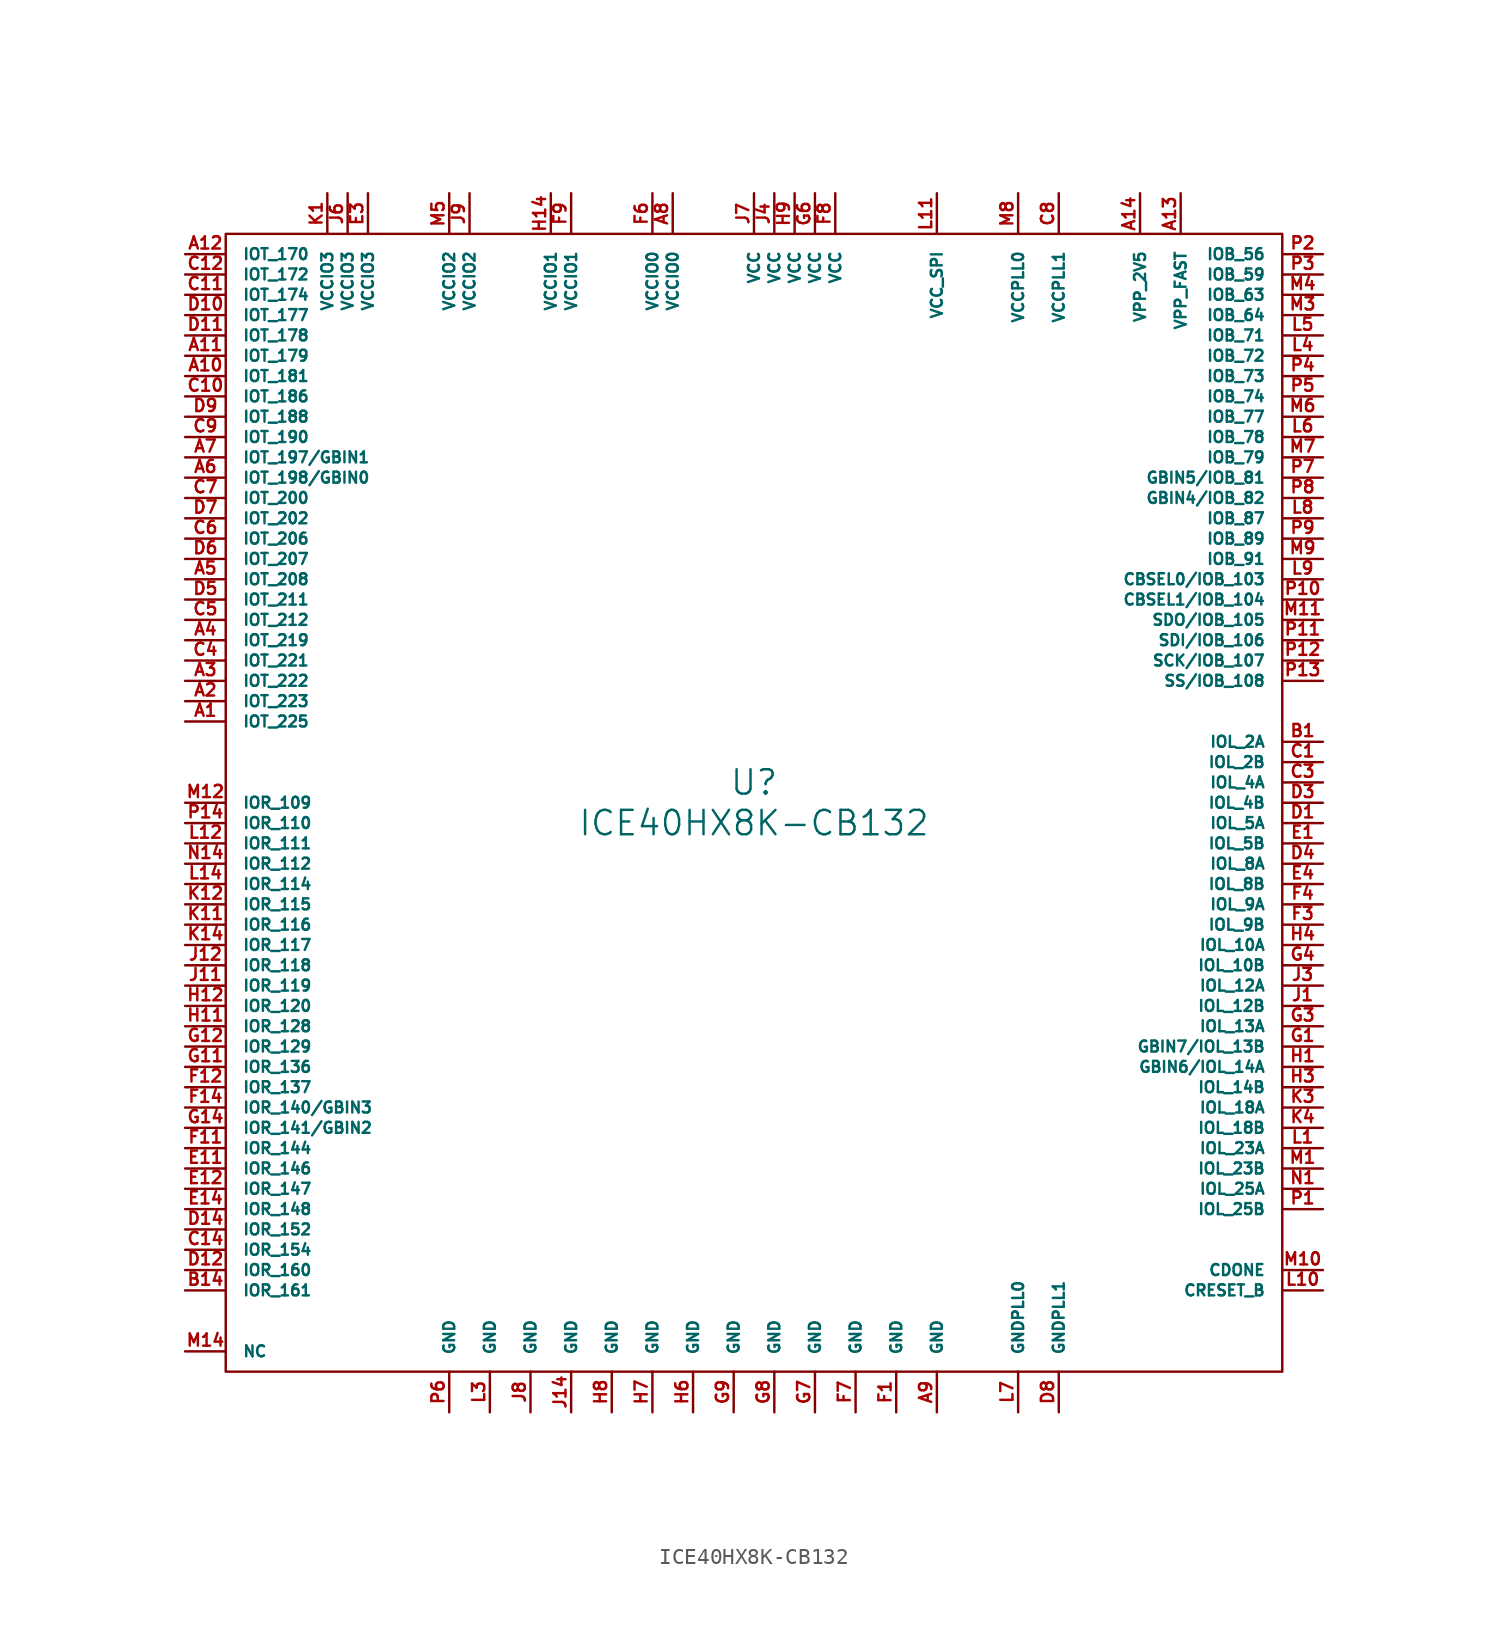
<source format=kicad_sym>
(kicad_symbol_lib
  (version 20220914)
  (generator kicad_symbol_editor)
  (symbol "ICE40HX8K-CB132"
    (pin_names
      (offset 1.016))
    (property "Reference" "U"
      (at 0 1.27 0)
      (effects (font (size 1.524 1.524))))
    (property "Value" "ICE40HX8K-CB132"
      (at 0 -1.27 0)
      (effects (font (size 1.524 1.524))))
    (property "Footprint" ""
      (at 0 3.81 0)
      (effects (font (size 1.524 1.524))))
    (property "Datasheet" ""
      (at 0 0 0)
      (effects (font (size 1.524 1.524))))
    (symbol "ICE40HX8K-CB132_0_1"
      (rectangle (start 33.02 35.56) (end -33.02 -35.56) (stroke (width 0) (type solid)) (fill (type none))))
    (symbol "ICE40HX8K-CB132_1_1"
      (pin passive line (at -35.56 5.08 0) (length 2.54) (name "IOT_225" (effects (font (size 0.686 0.686)))) (number "A1" (effects (font (size 0.762 0.762)))))
      (pin passive line (at -35.56 26.67 0) (length 2.54) (name "IOT_181" (effects (font (size 0.686 0.686)))) (number "A10" (effects (font (size 0.762 0.762)))))
      (pin passive line (at -35.56 27.94 0) (length 2.54) (name "IOT_179" (effects (font (size 0.686 0.686)))) (number "A11" (effects (font (size 0.762 0.762)))))
      (pin passive line (at -35.56 34.29 0) (length 2.54) (name "IOT_170" (effects (font (size 0.686 0.686)))) (number "A12" (effects (font (size 0.762 0.762)))))
      (pin passive line (at 26.67 38.1 270) (length 2.54) (name "VPP_FAST" (effects (font (size 0.686 0.686)))) (number "A13" (effects (font (size 0.762 0.762)))))
      (pin passive line (at 24.13 38.1 270) (length 2.54) (name "VPP_2V5" (effects (font (size 0.686 0.686)))) (number "A14" (effects (font (size 0.762 0.762)))))
      (pin passive line (at -35.56 6.35 0) (length 2.54) (name "IOT_223" (effects (font (size 0.686 0.686)))) (number "A2" (effects (font (size 0.762 0.762)))))
      (pin passive line (at -35.56 7.62 0) (length 2.54) (name "IOT_222" (effects (font (size 0.686 0.686)))) (number "A3" (effects (font (size 0.762 0.762)))))
      (pin passive line (at -35.56 10.16 0) (length 2.54) (name "IOT_219" (effects (font (size 0.686 0.686)))) (number "A4" (effects (font (size 0.762 0.762)))))
      (pin passive line (at -35.56 13.97 0) (length 2.54) (name "IOT_208" (effects (font (size 0.686 0.686)))) (number "A5" (effects (font (size 0.762 0.762)))))
      (pin passive line (at -35.56 20.32 0) (length 2.54) (name "IOT_198/GBIN0" (effects (font (size 0.686 0.686)))) (number "A6" (effects (font (size 0.762 0.762)))))
      (pin passive line (at -35.56 21.59 0) (length 2.54) (name "IOT_197/GBIN1" (effects (font (size 0.686 0.686)))) (number "A7" (effects (font (size 0.762 0.762)))))
      (pin passive line (at -5.08 38.1 270) (length 2.54) (name "VCCIO0" (effects (font (size 0.686 0.686)))) (number "A8" (effects (font (size 0.762 0.762)))))
      (pin passive line (at 11.43 -38.1 90) (length 2.54) (name "GND" (effects (font (size 0.686 0.686)))) (number "A9" (effects (font (size 0.762 0.762)))))
      (pin passive line (at 35.56 3.81 180) (length 2.54) (name "IOL_2A" (effects (font (size 0.686 0.686)))) (number "B1" (effects (font (size 0.762 0.762)))))
      (pin passive line (at -35.56 -30.48 0) (length 2.54) (name "IOR_161" (effects (font (size 0.686 0.686)))) (number "B14" (effects (font (size 0.762 0.762)))))
      (pin passive line (at 35.56 2.54 180) (length 2.54) (name "IOL_2B" (effects (font (size 0.686 0.686)))) (number "C1" (effects (font (size 0.762 0.762)))))
      (pin passive line (at -35.56 25.4 0) (length 2.54) (name "IOT_186" (effects (font (size 0.686 0.686)))) (number "C10" (effects (font (size 0.762 0.762)))))
      (pin passive line (at -35.56 31.75 0) (length 2.54) (name "IOT_174" (effects (font (size 0.686 0.686)))) (number "C11" (effects (font (size 0.762 0.762)))))
      (pin passive line (at -35.56 33.02 0) (length 2.54) (name "IOT_172" (effects (font (size 0.686 0.686)))) (number "C12" (effects (font (size 0.762 0.762)))))
      (pin passive line (at -35.56 -27.94 0) (length 2.54) (name "IOR_154" (effects (font (size 0.686 0.686)))) (number "C14" (effects (font (size 0.762 0.762)))))
      (pin passive line (at 35.56 1.27 180) (length 2.54) (name "IOL_4A" (effects (font (size 0.686 0.686)))) (number "C3" (effects (font (size 0.762 0.762)))))
      (pin passive line (at -35.56 8.89 0) (length 2.54) (name "IOT_221" (effects (font (size 0.686 0.686)))) (number "C4" (effects (font (size 0.762 0.762)))))
      (pin passive line (at -35.56 11.43 0) (length 2.54) (name "IOT_212" (effects (font (size 0.686 0.686)))) (number "C5" (effects (font (size 0.762 0.762)))))
      (pin passive line (at -35.56 16.51 0) (length 2.54) (name "IOT_206" (effects (font (size 0.686 0.686)))) (number "C6" (effects (font (size 0.762 0.762)))))
      (pin passive line (at -35.56 19.05 0) (length 2.54) (name "IOT_200" (effects (font (size 0.686 0.686)))) (number "C7" (effects (font (size 0.762 0.762)))))
      (pin passive line (at 19.05 38.1 270) (length 2.54) (name "VCCPLL1" (effects (font (size 0.686 0.686)))) (number "C8" (effects (font (size 0.762 0.762)))))
      (pin passive line (at -35.56 22.86 0) (length 2.54) (name "IOT_190" (effects (font (size 0.686 0.686)))) (number "C9" (effects (font (size 0.762 0.762)))))
      (pin passive line (at 35.56 -1.27 180) (length 2.54) (name "IOL_5A" (effects (font (size 0.686 0.686)))) (number "D1" (effects (font (size 0.762 0.762)))))
      (pin passive line (at -35.56 30.48 0) (length 2.54) (name "IOT_177" (effects (font (size 0.686 0.686)))) (number "D10" (effects (font (size 0.762 0.762)))))
      (pin passive line (at -35.56 29.21 0) (length 2.54) (name "IOT_178" (effects (font (size 0.686 0.686)))) (number "D11" (effects (font (size 0.762 0.762)))))
      (pin passive line (at -35.56 -29.21 0) (length 2.54) (name "IOR_160" (effects (font (size 0.686 0.686)))) (number "D12" (effects (font (size 0.762 0.762)))))
      (pin passive line (at -35.56 -26.67 0) (length 2.54) (name "IOR_152" (effects (font (size 0.686 0.686)))) (number "D14" (effects (font (size 0.762 0.762)))))
      (pin passive line (at 35.56 0 180) (length 2.54) (name "IOL_4B" (effects (font (size 0.686 0.686)))) (number "D3" (effects (font (size 0.762 0.762)))))
      (pin passive line (at 35.56 -3.81 180) (length 2.54) (name "IOL_8A" (effects (font (size 0.686 0.686)))) (number "D4" (effects (font (size 0.762 0.762)))))
      (pin passive line (at -35.56 12.7 0) (length 2.54) (name "IOT_211" (effects (font (size 0.686 0.686)))) (number "D5" (effects (font (size 0.762 0.762)))))
      (pin passive line (at -35.56 15.24 0) (length 2.54) (name "IOT_207" (effects (font (size 0.686 0.686)))) (number "D6" (effects (font (size 0.762 0.762)))))
      (pin passive line (at -35.56 17.78 0) (length 2.54) (name "IOT_202" (effects (font (size 0.686 0.686)))) (number "D7" (effects (font (size 0.762 0.762)))))
      (pin passive line (at 19.05 -38.1 90) (length 2.54) (name "GNDPLL1" (effects (font (size 0.686 0.686)))) (number "D8" (effects (font (size 0.762 0.762)))))
      (pin passive line (at -35.56 24.13 0) (length 2.54) (name "IOT_188" (effects (font (size 0.686 0.686)))) (number "D9" (effects (font (size 0.762 0.762)))))
      (pin passive line (at 35.56 -2.54 180) (length 2.54) (name "IOL_5B" (effects (font (size 0.686 0.686)))) (number "E1" (effects (font (size 0.762 0.762)))))
      (pin passive line (at -35.56 -22.86 0) (length 2.54) (name "IOR_146" (effects (font (size 0.686 0.686)))) (number "E11" (effects (font (size 0.762 0.762)))))
      (pin passive line (at -35.56 -24.13 0) (length 2.54) (name "IOR_147" (effects (font (size 0.686 0.686)))) (number "E12" (effects (font (size 0.762 0.762)))))
      (pin passive line (at -35.56 -25.4 0) (length 2.54) (name "IOR_148" (effects (font (size 0.686 0.686)))) (number "E14" (effects (font (size 0.762 0.762)))))
      (pin passive line (at -24.13 38.1 270) (length 2.54) (name "VCCIO3" (effects (font (size 0.686 0.686)))) (number "E3" (effects (font (size 0.762 0.762)))))
      (pin passive line (at 35.56 -5.08 180) (length 2.54) (name "IOL_8B" (effects (font (size 0.686 0.686)))) (number "E4" (effects (font (size 0.762 0.762)))))
      (pin passive line (at 8.89 -38.1 90) (length 2.54) (name "GND" (effects (font (size 0.686 0.686)))) (number "F1" (effects (font (size 0.762 0.762)))))
      (pin passive line (at -35.56 -21.59 0) (length 2.54) (name "IOR_144" (effects (font (size 0.686 0.686)))) (number "F11" (effects (font (size 0.762 0.762)))))
      (pin passive line (at -35.56 -17.78 0) (length 2.54) (name "IOR_137" (effects (font (size 0.686 0.686)))) (number "F12" (effects (font (size 0.762 0.762)))))
      (pin passive line (at -35.56 -19.05 0) (length 2.54) (name "IOR_140/GBIN3" (effects (font (size 0.686 0.686)))) (number "F14" (effects (font (size 0.762 0.762)))))
      (pin passive line (at 35.56 -7.62 180) (length 2.54) (name "IOL_9B" (effects (font (size 0.686 0.686)))) (number "F3" (effects (font (size 0.762 0.762)))))
      (pin passive line (at 35.56 -6.35 180) (length 2.54) (name "IOL_9A" (effects (font (size 0.686 0.686)))) (number "F4" (effects (font (size 0.762 0.762)))))
      (pin passive line (at -6.35 38.1 270) (length 2.54) (name "VCCIO0" (effects (font (size 0.686 0.686)))) (number "F6" (effects (font (size 0.762 0.762)))))
      (pin passive line (at 6.35 -38.1 90) (length 2.54) (name "GND" (effects (font (size 0.686 0.686)))) (number "F7" (effects (font (size 0.762 0.762)))))
      (pin passive line (at 5.08 38.1 270) (length 2.54) (name "VCC" (effects (font (size 0.686 0.686)))) (number "F8" (effects (font (size 0.762 0.762)))))
      (pin passive line (at -11.43 38.1 270) (length 2.54) (name "VCCIO1" (effects (font (size 0.686 0.686)))) (number "F9" (effects (font (size 0.762 0.762)))))
      (pin passive line (at 35.56 -15.24 180) (length 2.54) (name "GBIN7/IOL_13B" (effects (font (size 0.686 0.686)))) (number "G1" (effects (font (size 0.762 0.762)))))
      (pin passive line (at -35.56 -16.51 0) (length 2.54) (name "IOR_136" (effects (font (size 0.686 0.686)))) (number "G11" (effects (font (size 0.762 0.762)))))
      (pin passive line (at -35.56 -15.24 0) (length 2.54) (name "IOR_129" (effects (font (size 0.686 0.686)))) (number "G12" (effects (font (size 0.762 0.762)))))
      (pin passive line (at -35.56 -20.32 0) (length 2.54) (name "IOR_141/GBIN2" (effects (font (size 0.686 0.686)))) (number "G14" (effects (font (size 0.762 0.762)))))
      (pin passive line (at 35.56 -13.97 180) (length 2.54) (name "IOL_13A" (effects (font (size 0.686 0.686)))) (number "G3" (effects (font (size 0.762 0.762)))))
      (pin passive line (at 35.56 -10.16 180) (length 2.54) (name "IOL_10B" (effects (font (size 0.686 0.686)))) (number "G4" (effects (font (size 0.762 0.762)))))
      (pin passive line (at 3.81 38.1 270) (length 2.54) (name "VCC" (effects (font (size 0.686 0.686)))) (number "G6" (effects (font (size 0.762 0.762)))))
      (pin passive line (at 3.81 -38.1 90) (length 2.54) (name "GND" (effects (font (size 0.686 0.686)))) (number "G7" (effects (font (size 0.762 0.762)))))
      (pin passive line (at 1.27 -38.1 90) (length 2.54) (name "GND" (effects (font (size 0.686 0.686)))) (number "G8" (effects (font (size 0.762 0.762)))))
      (pin passive line (at -1.27 -38.1 90) (length 2.54) (name "GND" (effects (font (size 0.686 0.686)))) (number "G9" (effects (font (size 0.762 0.762)))))
      (pin passive line (at 35.56 -16.51 180) (length 2.54) (name "GBIN6/IOL_14A" (effects (font (size 0.686 0.686)))) (number "H1" (effects (font (size 0.762 0.762)))))
      (pin passive line (at -35.56 -13.97 0) (length 2.54) (name "IOR_128" (effects (font (size 0.686 0.686)))) (number "H11" (effects (font (size 0.762 0.762)))))
      (pin passive line (at -35.56 -12.7 0) (length 2.54) (name "IOR_120" (effects (font (size 0.686 0.686)))) (number "H12" (effects (font (size 0.762 0.762)))))
      (pin passive line (at -12.7 38.1 270) (length 2.54) (name "VCCIO1" (effects (font (size 0.686 0.686)))) (number "H14" (effects (font (size 0.762 0.762)))))
      (pin passive line (at 35.56 -17.78 180) (length 2.54) (name "IOL_14B" (effects (font (size 0.686 0.686)))) (number "H3" (effects (font (size 0.762 0.762)))))
      (pin passive line (at 35.56 -8.89 180) (length 2.54) (name "IOL_10A" (effects (font (size 0.686 0.686)))) (number "H4" (effects (font (size 0.762 0.762)))))
      (pin passive line (at -3.81 -38.1 90) (length 2.54) (name "GND" (effects (font (size 0.686 0.686)))) (number "H6" (effects (font (size 0.762 0.762)))))
      (pin passive line (at -6.35 -38.1 90) (length 2.54) (name "GND" (effects (font (size 0.686 0.686)))) (number "H7" (effects (font (size 0.762 0.762)))))
      (pin passive line (at -8.89 -38.1 90) (length 2.54) (name "GND" (effects (font (size 0.686 0.686)))) (number "H8" (effects (font (size 0.762 0.762)))))
      (pin passive line (at 2.54 38.1 270) (length 2.54) (name "VCC" (effects (font (size 0.686 0.686)))) (number "H9" (effects (font (size 0.762 0.762)))))
      (pin passive line (at 35.56 -12.7 180) (length 2.54) (name "IOL_12B" (effects (font (size 0.686 0.686)))) (number "J1" (effects (font (size 0.762 0.762)))))
      (pin passive line (at -35.56 -11.43 0) (length 2.54) (name "IOR_119" (effects (font (size 0.686 0.686)))) (number "J11" (effects (font (size 0.762 0.762)))))
      (pin passive line (at -35.56 -10.16 0) (length 2.54) (name "IOR_118" (effects (font (size 0.686 0.686)))) (number "J12" (effects (font (size 0.762 0.762)))))
      (pin passive line (at -11.43 -38.1 90) (length 2.54) (name "GND" (effects (font (size 0.686 0.686)))) (number "J14" (effects (font (size 0.762 0.762)))))
      (pin passive line (at 35.56 -11.43 180) (length 2.54) (name "IOL_12A" (effects (font (size 0.686 0.686)))) (number "J3" (effects (font (size 0.762 0.762)))))
      (pin passive line (at 1.27 38.1 270) (length 2.54) (name "VCC" (effects (font (size 0.686 0.686)))) (number "J4" (effects (font (size 0.762 0.762)))))
      (pin passive line (at -25.4 38.1 270) (length 2.54) (name "VCCIO3" (effects (font (size 0.686 0.686)))) (number "J6" (effects (font (size 0.762 0.762)))))
      (pin passive line (at 0 38.1 270) (length 2.54) (name "VCC" (effects (font (size 0.686 0.686)))) (number "J7" (effects (font (size 0.762 0.762)))))
      (pin passive line (at -13.97 -38.1 90) (length 2.54) (name "GND" (effects (font (size 0.686 0.686)))) (number "J8" (effects (font (size 0.762 0.762)))))
      (pin passive line (at -17.78 38.1 270) (length 2.54) (name "VCCIO2" (effects (font (size 0.686 0.686)))) (number "J9" (effects (font (size 0.762 0.762)))))
      (pin passive line (at -26.67 38.1 270) (length 2.54) (name "VCCIO3" (effects (font (size 0.686 0.686)))) (number "K1" (effects (font (size 0.762 0.762)))))
      (pin passive line (at -35.56 -7.62 0) (length 2.54) (name "IOR_116" (effects (font (size 0.686 0.686)))) (number "K11" (effects (font (size 0.762 0.762)))))
      (pin passive line (at -35.56 -6.35 0) (length 2.54) (name "IOR_115" (effects (font (size 0.686 0.686)))) (number "K12" (effects (font (size 0.762 0.762)))))
      (pin passive line (at -35.56 -8.89 0) (length 2.54) (name "IOR_117" (effects (font (size 0.686 0.686)))) (number "K14" (effects (font (size 0.762 0.762)))))
      (pin passive line (at 35.56 -19.05 180) (length 2.54) (name "IOL_18A" (effects (font (size 0.686 0.686)))) (number "K3" (effects (font (size 0.762 0.762)))))
      (pin passive line (at 35.56 -20.32 180) (length 2.54) (name "IOL_18B" (effects (font (size 0.686 0.686)))) (number "K4" (effects (font (size 0.762 0.762)))))
      (pin passive line (at 35.56 -21.59 180) (length 2.54) (name "IOL_23A" (effects (font (size 0.686 0.686)))) (number "L1" (effects (font (size 0.762 0.762)))))
      (pin passive line (at 35.56 -30.48 180) (length 2.54) (name "CRESET_B" (effects (font (size 0.686 0.686)))) (number "L10" (effects (font (size 0.762 0.762)))))
      (pin passive line (at 11.43 38.1 270) (length 2.54) (name "VCC_SPI" (effects (font (size 0.686 0.686)))) (number "L11" (effects (font (size 0.762 0.762)))))
      (pin passive line (at -35.56 -2.54 0) (length 2.54) (name "IOR_111" (effects (font (size 0.686 0.686)))) (number "L12" (effects (font (size 0.762 0.762)))))
      (pin passive line (at -35.56 -5.08 0) (length 2.54) (name "IOR_114" (effects (font (size 0.686 0.686)))) (number "L14" (effects (font (size 0.762 0.762)))))
      (pin passive line (at -16.51 -38.1 90) (length 2.54) (name "GND" (effects (font (size 0.686 0.686)))) (number "L3" (effects (font (size 0.762 0.762)))))
      (pin passive line (at 35.56 27.94 180) (length 2.54) (name "IOB_72" (effects (font (size 0.686 0.686)))) (number "L4" (effects (font (size 0.762 0.762)))))
      (pin passive line (at 35.56 29.21 180) (length 2.54) (name "IOB_71" (effects (font (size 0.686 0.686)))) (number "L5" (effects (font (size 0.762 0.762)))))
      (pin passive line (at 35.56 22.86 180) (length 2.54) (name "IOB_78" (effects (font (size 0.686 0.686)))) (number "L6" (effects (font (size 0.762 0.762)))))
      (pin passive line (at 16.51 -38.1 90) (length 2.54) (name "GNDPLL0" (effects (font (size 0.686 0.686)))) (number "L7" (effects (font (size 0.762 0.762)))))
      (pin passive line (at 35.56 17.78 180) (length 2.54) (name "IOB_87" (effects (font (size 0.686 0.686)))) (number "L8" (effects (font (size 0.762 0.762)))))
      (pin passive line (at 35.56 13.97 180) (length 2.54) (name "CBSEL0/IOB_103" (effects (font (size 0.686 0.686)))) (number "L9" (effects (font (size 0.762 0.762)))))
      (pin passive line (at 35.56 -22.86 180) (length 2.54) (name "IOL_23B" (effects (font (size 0.686 0.686)))) (number "M1" (effects (font (size 0.762 0.762)))))
      (pin passive line (at 35.56 -29.21 180) (length 2.54) (name "CDONE" (effects (font (size 0.686 0.686)))) (number "M10" (effects (font (size 0.762 0.762)))))
      (pin passive line (at 35.56 11.43 180) (length 2.54) (name "SDO/IOB_105" (effects (font (size 0.686 0.686)))) (number "M11" (effects (font (size 0.762 0.762)))))
      (pin passive line (at -35.56 0 0) (length 2.54) (name "IOR_109" (effects (font (size 0.686 0.686)))) (number "M12" (effects (font (size 0.762 0.762)))))
      (pin passive line (at -35.56 -34.29 0) (length 2.54) (name "NC" (effects (font (size 0.686 0.686)))) (number "M14" (effects (font (size 0.762 0.762)))))
      (pin passive line (at 35.56 30.48 180) (length 2.54) (name "IOB_64" (effects (font (size 0.686 0.686)))) (number "M3" (effects (font (size 0.762 0.762)))))
      (pin passive line (at 35.56 31.75 180) (length 2.54) (name "IOB_63" (effects (font (size 0.686 0.686)))) (number "M4" (effects (font (size 0.762 0.762)))))
      (pin passive line (at -19.05 38.1 270) (length 2.54) (name "VCCIO2" (effects (font (size 0.686 0.686)))) (number "M5" (effects (font (size 0.762 0.762)))))
      (pin passive line (at 35.56 24.13 180) (length 2.54) (name "IOB_77" (effects (font (size 0.686 0.686)))) (number "M6" (effects (font (size 0.762 0.762)))))
      (pin passive line (at 35.56 21.59 180) (length 2.54) (name "IOB_79" (effects (font (size 0.686 0.686)))) (number "M7" (effects (font (size 0.762 0.762)))))
      (pin passive line (at 16.51 38.1 270) (length 2.54) (name "VCCPLL0" (effects (font (size 0.686 0.686)))) (number "M8" (effects (font (size 0.762 0.762)))))
      (pin passive line (at 35.56 15.24 180) (length 2.54) (name "IOB_91" (effects (font (size 0.686 0.686)))) (number "M9" (effects (font (size 0.762 0.762)))))
      (pin passive line (at 35.56 -24.13 180) (length 2.54) (name "IOL_25A" (effects (font (size 0.686 0.686)))) (number "N1" (effects (font (size 0.762 0.762)))))
      (pin passive line (at -35.56 -3.81 0) (length 2.54) (name "IOR_112" (effects (font (size 0.686 0.686)))) (number "N14" (effects (font (size 0.762 0.762)))))
      (pin passive line (at 35.56 -25.4 180) (length 2.54) (name "IOL_25B" (effects (font (size 0.686 0.686)))) (number "P1" (effects (font (size 0.762 0.762)))))
      (pin passive line (at 35.56 12.7 180) (length 2.54) (name "CBSEL1/IOB_104" (effects (font (size 0.686 0.686)))) (number "P10" (effects (font (size 0.762 0.762)))))
      (pin passive line (at 35.56 10.16 180) (length 2.54) (name "SDI/IOB_106" (effects (font (size 0.686 0.686)))) (number "P11" (effects (font (size 0.762 0.762)))))
      (pin passive line (at 35.56 8.89 180) (length 2.54) (name "SCK/IOB_107" (effects (font (size 0.686 0.686)))) (number "P12" (effects (font (size 0.762 0.762)))))
      (pin passive line (at 35.56 7.62 180) (length 2.54) (name "SS/IOB_108" (effects (font (size 0.686 0.686)))) (number "P13" (effects (font (size 0.762 0.762)))))
      (pin passive line (at -35.56 -1.27 0) (length 2.54) (name "IOR_110" (effects (font (size 0.686 0.686)))) (number "P14" (effects (font (size 0.762 0.762)))))
      (pin passive line (at 35.56 34.29 180) (length 2.54) (name "IOB_56" (effects (font (size 0.686 0.686)))) (number "P2" (effects (font (size 0.762 0.762)))))
      (pin passive line (at 35.56 33.02 180) (length 2.54) (name "IOB_59" (effects (font (size 0.686 0.686)))) (number "P3" (effects (font (size 0.762 0.762)))))
      (pin passive line (at 35.56 26.67 180) (length 2.54) (name "IOB_73" (effects (font (size 0.686 0.686)))) (number "P4" (effects (font (size 0.762 0.762)))))
      (pin passive line (at 35.56 25.4 180) (length 2.54) (name "IOB_74" (effects (font (size 0.686 0.686)))) (number "P5" (effects (font (size 0.762 0.762)))))
      (pin passive line (at -19.05 -38.1 90) (length 2.54) (name "GND" (effects (font (size 0.686 0.686)))) (number "P6" (effects (font (size 0.762 0.762)))))
      (pin passive line (at 35.56 20.32 180) (length 2.54) (name "GBIN5/IOB_81" (effects (font (size 0.686 0.686)))) (number "P7" (effects (font (size 0.762 0.762)))))
      (pin passive line (at 35.56 19.05 180) (length 2.54) (name "GBIN4/IOB_82" (effects (font (size 0.686 0.686)))) (number "P8" (effects (font (size 0.762 0.762)))))
      (pin passive line (at 35.56 16.51 180) (length 2.54) (name "IOB_89" (effects (font (size 0.686 0.686)))) (number "P9" (effects (font (size 0.762 0.762))))))))
</source>
